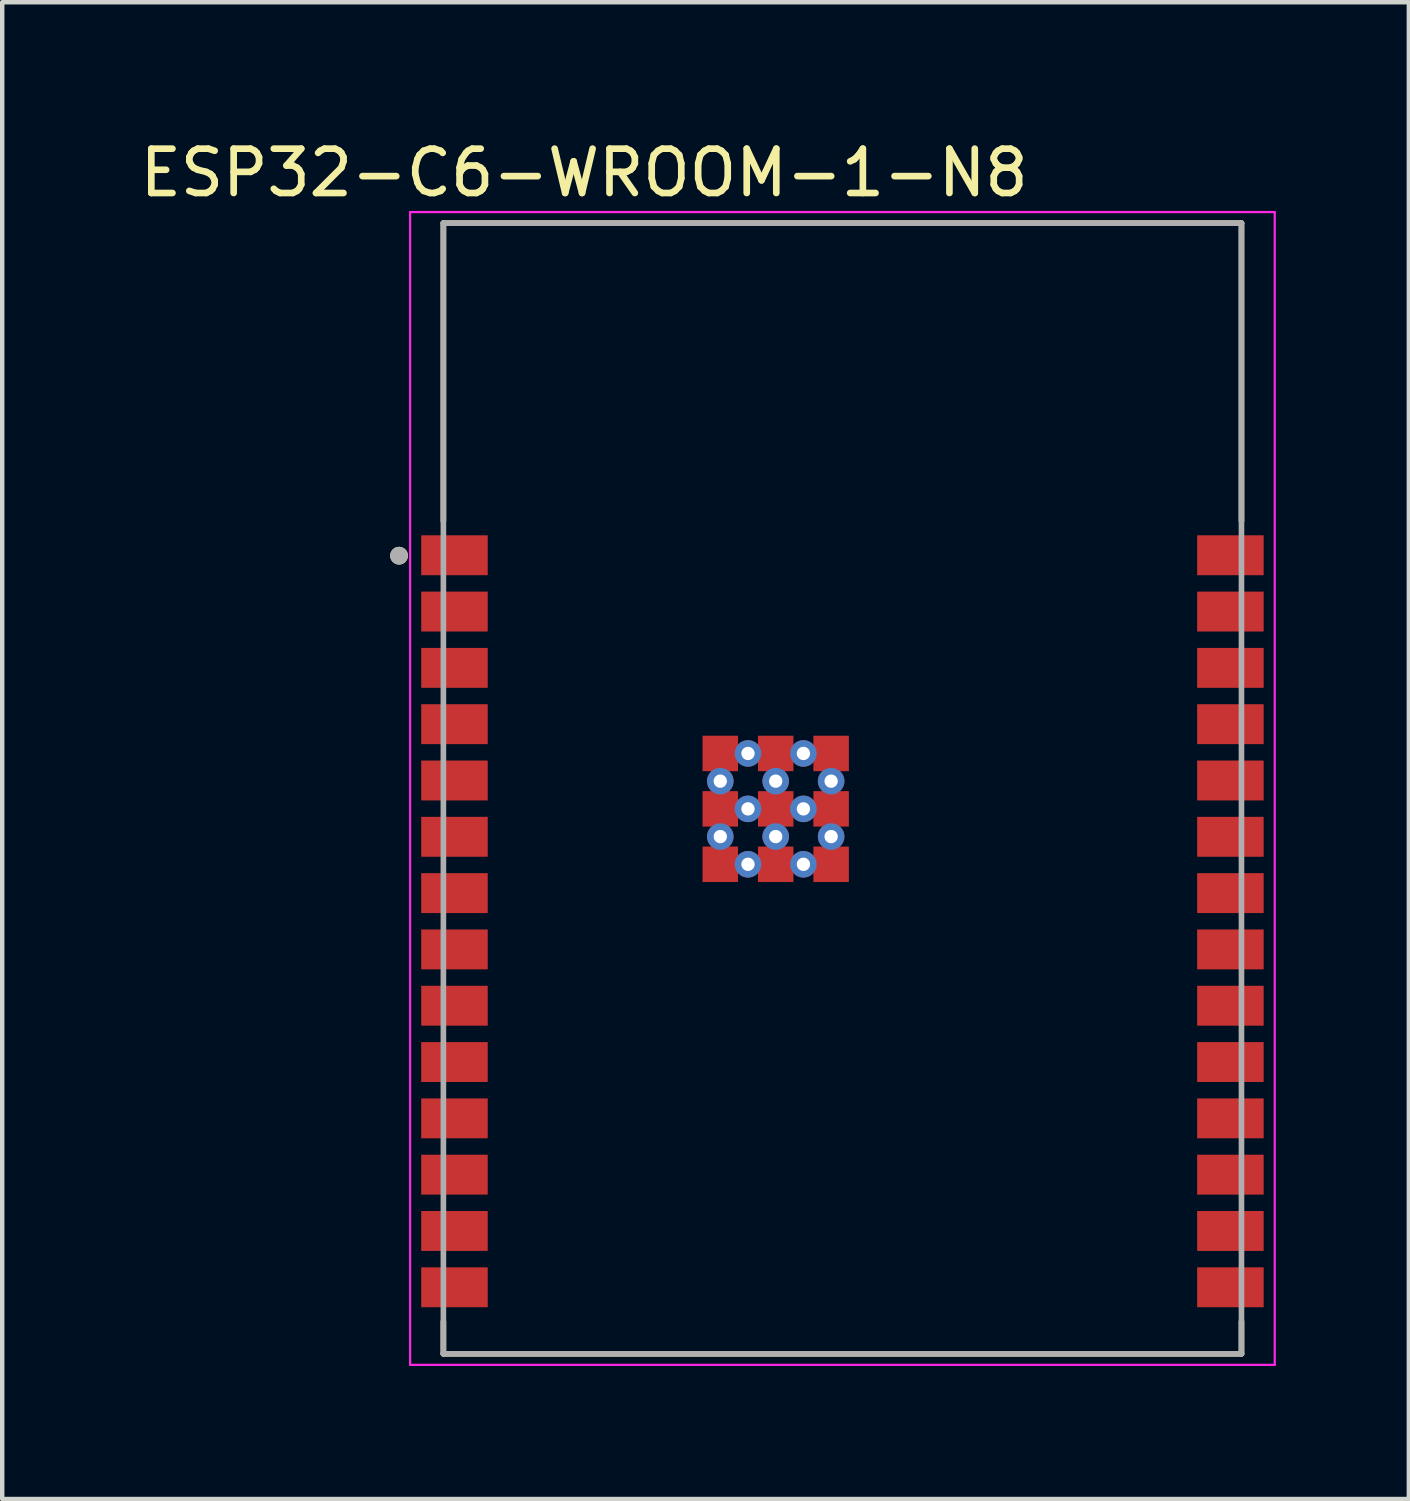
<source format=kicad_pcb>
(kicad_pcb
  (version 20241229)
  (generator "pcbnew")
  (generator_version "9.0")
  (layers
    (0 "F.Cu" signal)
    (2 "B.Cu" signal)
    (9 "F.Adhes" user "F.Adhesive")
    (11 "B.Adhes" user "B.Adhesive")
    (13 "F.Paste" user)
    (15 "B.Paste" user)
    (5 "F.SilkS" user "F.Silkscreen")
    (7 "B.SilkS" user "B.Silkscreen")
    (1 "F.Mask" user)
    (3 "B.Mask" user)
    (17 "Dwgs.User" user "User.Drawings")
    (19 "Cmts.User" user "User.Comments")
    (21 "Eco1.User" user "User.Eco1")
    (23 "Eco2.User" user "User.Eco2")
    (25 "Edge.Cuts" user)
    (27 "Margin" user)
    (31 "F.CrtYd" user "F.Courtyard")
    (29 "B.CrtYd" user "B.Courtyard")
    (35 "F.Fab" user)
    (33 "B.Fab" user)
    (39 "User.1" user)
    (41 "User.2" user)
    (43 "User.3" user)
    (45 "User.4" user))
  (footprint "ESP32-C6-WROOM-1-N8"
    (layer "F.Cu")
    (at 15.95 14.733)
    (property "Reference" "ESP32-C6-WROOM-1-N8" (at -5.825 -13.885 0) (layer "F.SilkS") (effects (font (size 1 1) (thickness 0.15))))
    (attr smd)
    (fp_line (start -9 -12.75) (end 9 -12.75) (stroke (width 0.127) (type solid)) (layer "F.SilkS"))
    (fp_line (start -9 -6.03) (end -9 -12.75) (stroke (width 0.127) (type solid)) (layer "F.SilkS"))
    (fp_line (start -9 12.75) (end -9 12.02) (stroke (width 0.127) (type solid)) (layer "F.SilkS"))
    (fp_line (start -9 12.75) (end 9 12.75) (stroke (width 0.127) (type solid)) (layer "F.SilkS"))
    (fp_line (start 9 -12.75) (end 9 -6.03) (stroke (width 0.127) (type solid)) (layer "F.SilkS"))
    (fp_line (start 9 12.02) (end 9 12.75) (stroke (width 0.127) (type solid)) (layer "F.SilkS"))
    (fp_circle (center -10 -5.25) (end -9.9 -5.25) (stroke (width 0.2) (type solid)) (fill no) (layer "F.SilkS"))
    (fp_line (start -9.75 -13) (end -9.75 13) (stroke (width 0.05) (type solid)) (layer "F.CrtYd"))
    (fp_line (start -9.75 13) (end 9.75 13) (stroke (width 0.05) (type solid)) (layer "F.CrtYd"))
    (fp_line (start 9.75 -13) (end -9.75 -13) (stroke (width 0.05) (type solid)) (layer "F.CrtYd"))
    (fp_line (start 9.75 13) (end 9.75 -13) (stroke (width 0.05) (type solid)) (layer "F.CrtYd"))
    (fp_line (start -9 -12.75) (end 9 -12.75) (stroke (width 0.127) (type solid)) (layer "F.Fab"))
    (fp_line (start -9 12.75) (end -9 -12.75) (stroke (width 0.127) (type solid)) (layer "F.Fab"))
    (fp_line (start -9 12.75) (end 9 12.75) (stroke (width 0.127) (type solid)) (layer "F.Fab"))
    (fp_line (start 9 -12.75) (end 9 12.75) (stroke (width 0.127) (type solid)) (layer "F.Fab"))
    (fp_circle (center -10 -5.25) (end -9.9 -5.25) (stroke (width 0.2) (type solid)) (fill no) (layer "F.Fab"))
    (pad "1" smd rect (at -8.75 -5.26) (size 1.5 0.9) (layers "F.Cu" "F.Mask" "F.Paste"))
    (pad "2" smd rect (at -8.75 -3.99) (size 1.5 0.9) (layers "F.Cu" "F.Mask" "F.Paste"))
    (pad "3" smd rect (at -8.75 -2.72) (size 1.5 0.9) (layers "F.Cu" "F.Mask" "F.Paste"))
    (pad "4" smd rect (at -8.75 -1.45) (size 1.5 0.9) (layers "F.Cu" "F.Mask" "F.Paste"))
    (pad "5" smd rect (at -8.75 -0.18) (size 1.5 0.9) (layers "F.Cu" "F.Mask" "F.Paste"))
    (pad "6" smd rect (at -8.75 1.09) (size 1.5 0.9) (layers "F.Cu" "F.Mask" "F.Paste"))
    (pad "7" smd rect (at -8.75 2.36) (size 1.5 0.9) (layers "F.Cu" "F.Mask" "F.Paste"))
    (pad "8" smd rect (at -8.75 3.63) (size 1.5 0.9) (layers "F.Cu" "F.Mask" "F.Paste"))
    (pad "9" smd rect (at -8.75 4.9) (size 1.5 0.9) (layers "F.Cu" "F.Mask" "F.Paste"))
    (pad "10" smd rect (at -8.75 6.17) (size 1.5 0.9) (layers "F.Cu" "F.Mask" "F.Paste"))
    (pad "11" smd rect (at -8.75 7.44) (size 1.5 0.9) (layers "F.Cu" "F.Mask" "F.Paste"))
    (pad "12" smd rect (at -8.75 8.71) (size 1.5 0.9) (layers "F.Cu" "F.Mask" "F.Paste"))
    (pad "13" smd rect (at -8.75 9.98) (size 1.5 0.9) (layers "F.Cu" "F.Mask" "F.Paste"))
    (pad "14" smd rect (at -8.75 11.25) (size 1.5 0.9) (layers "F.Cu" "F.Mask" "F.Paste"))
    (pad "15" smd rect (at 8.75 11.25) (size 1.5 0.9) (layers "F.Cu" "F.Mask" "F.Paste"))
    (pad "16" smd rect (at 8.75 9.98) (size 1.5 0.9) (layers "F.Cu" "F.Mask" "F.Paste"))
    (pad "17" smd rect (at 8.75 8.71) (size 1.5 0.9) (layers "F.Cu" "F.Mask" "F.Paste"))
    (pad "18" smd rect (at 8.75 7.44) (size 1.5 0.9) (layers "F.Cu" "F.Mask" "F.Paste"))
    (pad "19" smd rect (at 8.75 6.17) (size 1.5 0.9) (layers "F.Cu" "F.Mask" "F.Paste"))
    (pad "20" smd rect (at 8.75 4.9) (size 1.5 0.9) (layers "F.Cu" "F.Mask" "F.Paste"))
    (pad "21" smd rect (at 8.75 3.63) (size 1.5 0.9) (layers "F.Cu" "F.Mask" "F.Paste"))
    (pad "22" smd rect (at 8.75 2.36) (size 1.5 0.9) (layers "F.Cu" "F.Mask" "F.Paste"))
    (pad "23" smd rect (at 8.75 1.09) (size 1.5 0.9) (layers "F.Cu" "F.Mask" "F.Paste"))
    (pad "24" smd rect (at 8.75 -0.18) (size 1.5 0.9) (layers "F.Cu" "F.Mask" "F.Paste"))
    (pad "25" smd rect (at 8.75 -1.45) (size 1.5 0.9) (layers "F.Cu" "F.Mask" "F.Paste"))
    (pad "26" smd rect (at 8.75 -2.72) (size 1.5 0.9) (layers "F.Cu" "F.Mask" "F.Paste"))
    (pad "27" smd rect (at 8.75 -3.99) (size 1.5 0.9) (layers "F.Cu" "F.Mask" "F.Paste"))
    (pad "28" thru_hole circle (at -2.755 -0.165) (size 0.6 0.6) (drill 0.3) (layers "*.Cu"))
    (pad "28" thru_hole circle (at -2.755 1.085) (size 0.6 0.6) (drill 0.3) (layers "*.Cu"))
    (pad "28" thru_hole circle (at -2.13 -0.79) (size 0.6 0.6) (drill 0.3) (layers "*.Cu"))
    (pad "28" thru_hole circle (at -2.13 0.46) (size 0.6 0.6) (drill 0.3) (layers "*.Cu"))
    (pad "28" thru_hole circle (at -2.13 1.71) (size 0.6 0.6) (drill 0.3) (layers "*.Cu"))
    (pad "28" thru_hole circle (at -1.505 -0.165) (size 0.6 0.6) (drill 0.3) (layers "*.Cu"))
    (pad "28" thru_hole circle (at -1.505 1.085) (size 0.6 0.6) (drill 0.3) (layers "*.Cu"))
    (pad "28" thru_hole circle (at -0.88 -0.79) (size 0.6 0.6) (drill 0.3) (layers "*.Cu"))
    (pad "28" thru_hole circle (at -0.88 0.46) (size 0.6 0.6) (drill 0.3) (layers "*.Cu"))
    (pad "28" thru_hole circle (at -0.88 1.71) (size 0.6 0.6) (drill 0.3) (layers "*.Cu"))
    (pad "28" thru_hole circle (at -0.255 -0.165) (size 0.6 0.6) (drill 0.3) (layers "*.Cu"))
    (pad "28" thru_hole circle (at -0.255 1.085) (size 0.6 0.6) (drill 0.3) (layers "*.Cu"))
    (pad "28" smd rect (at 8.75 -5.26) (size 1.5 0.9) (layers "F.Cu" "F.Mask" "F.Paste"))
    (pad "29_1" smd rect (at -2.755 -0.79) (size 0.8 0.8) (layers "F.Cu" "F.Mask" "F.Paste"))
    (pad "29_2" smd rect (at -1.505 -0.79) (size 0.8 0.8) (layers "F.Cu" "F.Mask" "F.Paste"))
    (pad "29_3" smd rect (at -0.255 -0.79) (size 0.8 0.8) (layers "F.Cu" "F.Mask" "F.Paste"))
    (pad "29_4" smd rect (at -2.755 0.46) (size 0.8 0.8) (layers "F.Cu" "F.Mask" "F.Paste"))
    (pad "29_5" smd rect (at -1.505 0.46) (size 0.8 0.8) (layers "F.Cu" "F.Mask" "F.Paste"))
    (pad "29_6" smd rect (at -0.255 0.46) (size 0.8 0.8) (layers "F.Cu" "F.Mask" "F.Paste"))
    (pad "29_7" smd rect (at -2.755 1.71) (size 0.8 0.8) (layers "F.Cu" "F.Mask" "F.Paste"))
    (pad "29_8" smd rect (at -1.505 1.71) (size 0.8 0.8) (layers "F.Cu" "F.Mask" "F.Paste"))
    (pad "29_9" smd rect (at -0.255 1.71) (size 0.8 0.8) (layers "F.Cu" "F.Mask" "F.Paste"))
    (zone (net_name "") (layer "F.Cu") (hatch full 0.508) (connect_pads) (min_thickness 0.01) (filled_areas_thickness no) (keepout (tracks not_allowed) (vias not_allowed) (pads not_allowed) (copperpour not_allowed) (footprints allowed)) (placement (enabled no)) (fill) (polygon (pts (xy 6.95 1.983) (xy 24.95 1.983) (xy 24.95 7.983) (xy 6.95 7.983))))
    (zone (net_name "") (layers "F.Cu" "B.Cu") (hatch full 0.508) (connect_pads) (min_thickness 0.01) (filled_areas_thickness no) (keepout (tracks allowed) (vias not_allowed) (pads allowed) (copperpour allowed) (footprints allowed)) (placement (enabled no)) (fill) (polygon (pts (xy 6.95 1.983) (xy 24.95 1.983) (xy 24.95 7.983) (xy 6.95 7.983)))))
  (gr_rect
    (start -3 -3)
    (end 28.725 30.758)
    (stroke (width 0.1) (type default))
    (fill no)
    (layer "Edge.Cuts")))
</source>
